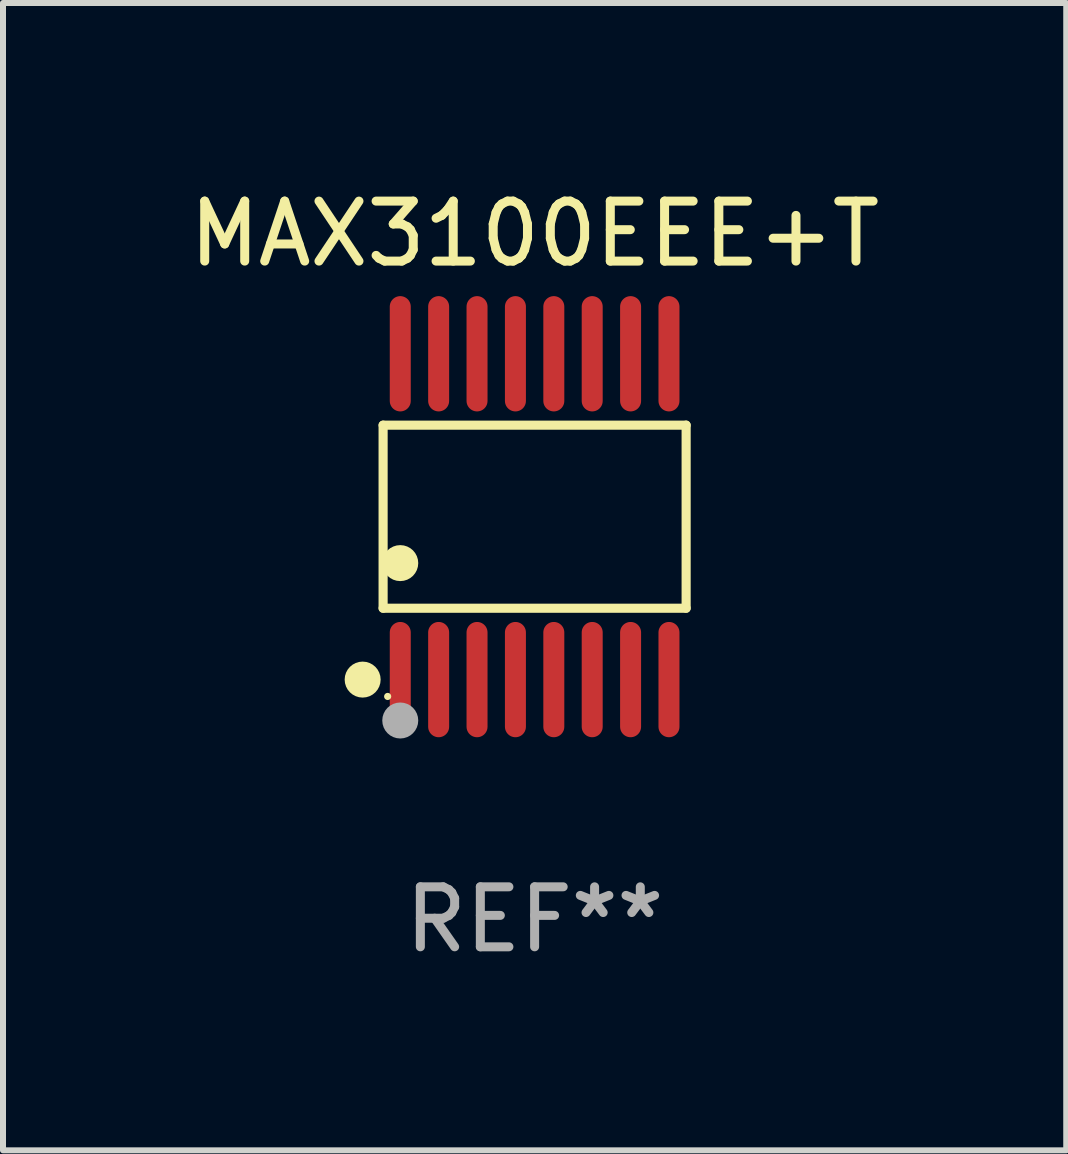
<source format=kicad_pcb>
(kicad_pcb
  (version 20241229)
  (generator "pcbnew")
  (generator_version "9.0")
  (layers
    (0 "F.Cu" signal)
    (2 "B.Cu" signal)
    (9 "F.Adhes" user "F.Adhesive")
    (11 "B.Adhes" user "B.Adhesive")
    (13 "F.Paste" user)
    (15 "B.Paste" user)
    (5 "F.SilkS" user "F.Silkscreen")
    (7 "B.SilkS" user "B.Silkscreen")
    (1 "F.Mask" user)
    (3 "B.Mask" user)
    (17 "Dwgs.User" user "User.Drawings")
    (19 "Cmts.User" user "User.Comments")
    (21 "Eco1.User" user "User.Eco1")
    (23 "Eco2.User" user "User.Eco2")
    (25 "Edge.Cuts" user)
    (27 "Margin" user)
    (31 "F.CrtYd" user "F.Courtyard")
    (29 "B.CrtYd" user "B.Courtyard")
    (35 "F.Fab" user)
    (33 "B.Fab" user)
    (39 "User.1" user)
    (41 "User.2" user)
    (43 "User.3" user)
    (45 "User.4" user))
  (footprint "MAX3100EEE+T"
    (layer "F.Cu")
    (at 5.863 5.564)
    (property "Reference" "MAX3100EEE+T" (at 0 -4.716 0) (layer "F.SilkS") (effects (font (size 1 1) (thickness 0.15))))
    (attr through_hole)
    (fp_line (start -2.526 -1.526) (end 2.526 -1.526) (stroke (width 0.152) (type solid)) (layer "F.SilkS"))
    (fp_line (start -2.526 1.526) (end -2.526 -1.526) (stroke (width 0.152) (type solid)) (layer "F.SilkS"))
    (fp_line (start 2.526 -1.526) (end 2.526 1.526) (stroke (width 0.152) (type solid)) (layer "F.SilkS"))
    (fp_line (start 2.526 1.526) (end -2.526 1.526) (stroke (width 0.152) (type solid)) (layer "F.SilkS"))
    (fp_circle (center -2.867 2.716) (end -2.717 2.716) (stroke (width 0.3) (type solid)) (fill no) (layer "F.SilkS"))
    (fp_circle (center -2.45 2.997) (end -2.42 2.997) (stroke (width 0.06) (type solid)) (fill no) (layer "F.SilkS"))
    (fp_circle (center -2.24 0.774) (end -2.09 0.774) (stroke (width 0.3) (type solid)) (fill no) (layer "F.SilkS"))
    (fp_circle (center -2.24 3.398) (end -2.09 3.398) (stroke (width 0.3) (type solid)) (fill no) (layer "F.Fab"))
    (fp_text user "REF**" (at 0 6.716 0) (layer "F.Fab") (effects (font (size 1 1) (thickness 0.15))))
    (pad "1" smd oval (at -2.24 2.716) (size 0.35 1.922) (layers "F.Cu" "F.Mask" "F.Paste"))
    (pad "2" smd oval (at -1.6 2.716) (size 0.35 1.922) (layers "F.Cu" "F.Mask" "F.Paste"))
    (pad "3" smd oval (at -0.96 2.716) (size 0.35 1.922) (layers "F.Cu" "F.Mask" "F.Paste"))
    (pad "4" smd oval (at -0.32 2.716) (size 0.35 1.922) (layers "F.Cu" "F.Mask" "F.Paste"))
    (pad "5" smd oval (at 0.32 2.716) (size 0.35 1.922) (layers "F.Cu" "F.Mask" "F.Paste"))
    (pad "6" smd oval (at 0.96 2.716) (size 0.35 1.922) (layers "F.Cu" "F.Mask" "F.Paste"))
    (pad "7" smd oval (at 1.6 2.716) (size 0.35 1.922) (layers "F.Cu" "F.Mask" "F.Paste"))
    (pad "8" smd oval (at 2.24 2.716) (size 0.35 1.922) (layers "F.Cu" "F.Mask" "F.Paste"))
    (pad "9" smd oval (at 2.24 -2.716) (size 0.35 1.922) (layers "F.Cu" "F.Mask" "F.Paste"))
    (pad "10" smd oval (at 1.6 -2.716) (size 0.35 1.922) (layers "F.Cu" "F.Mask" "F.Paste"))
    (pad "11" smd oval (at 0.96 -2.716) (size 0.35 1.922) (layers "F.Cu" "F.Mask" "F.Paste"))
    (pad "12" smd oval (at 0.32 -2.716) (size 0.35 1.922) (layers "F.Cu" "F.Mask" "F.Paste"))
    (pad "13" smd oval (at -0.32 -2.716) (size 0.35 1.922) (layers "F.Cu" "F.Mask" "F.Paste"))
    (pad "14" smd oval (at -0.96 -2.716) (size 0.35 1.922) (layers "F.Cu" "F.Mask" "F.Paste"))
    (pad "15" smd oval (at -1.6 -2.716) (size 0.35 1.922) (layers "F.Cu" "F.Mask" "F.Paste"))
    (pad "16" smd oval (at -2.24 -2.716) (size 0.35 1.922) (layers "F.Cu" "F.Mask" "F.Paste")))
  (gr_rect
    (start -3 -3)
    (end 14.726 16.128)
    (stroke (width 0.1) (type default))
    (fill no)
    (layer "Edge.Cuts")))
</source>
